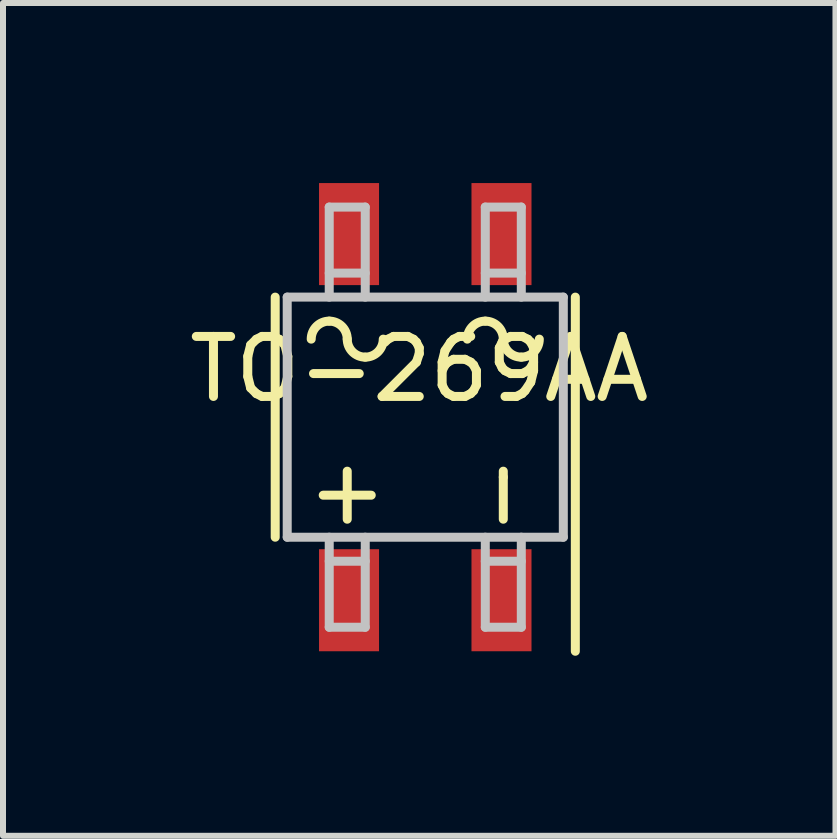
<source format=kicad_pcb>
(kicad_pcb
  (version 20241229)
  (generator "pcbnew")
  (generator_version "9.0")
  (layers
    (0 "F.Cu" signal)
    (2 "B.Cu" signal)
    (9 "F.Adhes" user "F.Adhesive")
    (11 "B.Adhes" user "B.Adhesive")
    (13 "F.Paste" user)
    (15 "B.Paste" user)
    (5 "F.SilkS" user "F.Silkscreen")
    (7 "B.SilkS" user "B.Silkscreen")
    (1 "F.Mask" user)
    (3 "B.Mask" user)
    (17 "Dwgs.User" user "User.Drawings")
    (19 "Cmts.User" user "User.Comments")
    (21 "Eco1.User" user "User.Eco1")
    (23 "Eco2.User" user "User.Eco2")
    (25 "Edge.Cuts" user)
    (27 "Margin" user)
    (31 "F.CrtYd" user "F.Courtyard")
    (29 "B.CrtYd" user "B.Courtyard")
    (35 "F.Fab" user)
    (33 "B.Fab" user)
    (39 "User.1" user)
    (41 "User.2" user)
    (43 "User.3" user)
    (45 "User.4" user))
  (footprint "TO-269AA"
    (layer "F.Cu")
    (at 4.035 3.9)
    (property "Reference" "TO-269AA" (at -0.1 -0.8 0) (layer "F.SilkS") (effects (font (size 1 1) (thickness 0.15))))
    (attr through_hole)
    (fp_line (start -2.5 2) (end -2.5 -2) (stroke (width 0.15) (type solid)) (layer "F.SilkS"))
    (fp_line (start -1.3 1.7) (end -1.3 0.9) (stroke (width 0.15) (type solid)) (layer "F.SilkS"))
    (fp_line (start -0.9 1.3) (end -1.7 1.3) (stroke (width 0.15) (type solid)) (layer "F.SilkS"))
    (fp_line (start 1.3 1) (end 1.3 0.9) (stroke (width 0.15) (type solid)) (layer "F.SilkS"))
    (fp_line (start 1.3 1.7) (end 1.3 1) (stroke (width 0.15) (type solid)) (layer "F.SilkS"))
    (fp_line (start 2.5 -2) (end 2.5 3.9) (stroke (width 0.15) (type solid)) (layer "F.SilkS"))
    (fp_arc (start -1.9 -1.3) (mid -1.812132 -1.512132) (end -1.6 -1.6) (stroke (width 0.15) (type solid)) (layer "F.SilkS"))
    (fp_arc (start -1.6 -1.6) (mid -1.387868 -1.512132) (end -1.3 -1.3) (stroke (width 0.15) (type solid)) (layer "F.SilkS"))
    (fp_arc (start -1 -1) (mid -1.212132 -1.087868) (end -1.3 -1.3) (stroke (width 0.15) (type solid)) (layer "F.SilkS"))
    (fp_arc (start -0.7 -1.3) (mid -0.787868 -1.087868) (end -1 -1) (stroke (width 0.15) (type solid)) (layer "F.SilkS"))
    (fp_arc (start 0.7 -1.3) (mid 0.787868 -1.512132) (end 1 -1.6) (stroke (width 0.15) (type solid)) (layer "F.SilkS"))
    (fp_arc (start 1 -1.6) (mid 1.212132 -1.512132) (end 1.3 -1.3) (stroke (width 0.15) (type solid)) (layer "F.SilkS"))
    (fp_arc (start 1.6 -1) (mid 1.387868 -1.087868) (end 1.3 -1.3) (stroke (width 0.15) (type solid)) (layer "F.SilkS"))
    (fp_arc (start 1.9 -1.3) (mid 1.812132 -1.087868) (end 1.6 -1) (stroke (width 0.15) (type solid)) (layer "F.SilkS"))
    (fp_line (start -2.3 -2) (end 2.3 -2) (stroke (width 0.15) (type solid)) (layer "Dwgs.User"))
    (fp_line (start -2.3 2) (end -2.3 -2) (stroke (width 0.15) (type solid)) (layer "Dwgs.User"))
    (fp_line (start -1.6 -3.5) (end -1 -3.5) (stroke (width 0.15) (type solid)) (layer "Dwgs.User"))
    (fp_line (start -1.6 -2) (end -1.6 -3.5) (stroke (width 0.15) (type solid)) (layer "Dwgs.User"))
    (fp_line (start -1.6 3.5) (end -1.6 2) (stroke (width 0.15) (type solid)) (layer "Dwgs.User"))
    (fp_line (start -1 -3.5) (end -1 -2) (stroke (width 0.15) (type solid)) (layer "Dwgs.User"))
    (fp_line (start -1 -2.4) (end -1.6 -2.4) (stroke (width 0.15) (type solid)) (layer "Dwgs.User"))
    (fp_line (start -1 2) (end -1 3.5) (stroke (width 0.15) (type solid)) (layer "Dwgs.User"))
    (fp_line (start -1 2.4) (end -1.6 2.4) (stroke (width 0.15) (type solid)) (layer "Dwgs.User"))
    (fp_line (start -1 3.5) (end -1.6 3.5) (stroke (width 0.15) (type solid)) (layer "Dwgs.User"))
    (fp_line (start 1 -3.5) (end 1.6 -3.5) (stroke (width 0.15) (type solid)) (layer "Dwgs.User"))
    (fp_line (start 1 -2.4) (end 1.6 -2.4) (stroke (width 0.15) (type solid)) (layer "Dwgs.User"))
    (fp_line (start 1 -2) (end 1 -3.5) (stroke (width 0.15) (type solid)) (layer "Dwgs.User"))
    (fp_line (start 1 2) (end 1 3.5) (stroke (width 0.15) (type solid)) (layer "Dwgs.User"))
    (fp_line (start 1 3.5) (end 1.6 3.5) (stroke (width 0.15) (type solid)) (layer "Dwgs.User"))
    (fp_line (start 1.6 -3.5) (end 1.6 -2) (stroke (width 0.15) (type solid)) (layer "Dwgs.User"))
    (fp_line (start 1.6 2.4) (end 1 2.4) (stroke (width 0.15) (type solid)) (layer "Dwgs.User"))
    (fp_line (start 1.6 3.5) (end 1.6 2) (stroke (width 0.15) (type solid)) (layer "Dwgs.User"))
    (fp_line (start 2.3 -2) (end 2.3 2) (stroke (width 0.15) (type solid)) (layer "Dwgs.User"))
    (fp_line (start 2.3 2) (end -2.3 2) (stroke (width 0.15) (type solid)) (layer "Dwgs.User"))
    (pad "1" smd rect (at 1.27 3.05) (size 1 1.7) (layers "F.Cu" "F.Mask" "F.Paste"))
    (pad "2" smd rect (at 1.27 -3.05) (size 1 1.7) (layers "F.Cu" "F.Mask" "F.Paste"))
    (pad "3" smd rect (at -1.27 3.05) (size 1 1.7) (layers "F.Cu" "F.Mask" "F.Paste"))
    (pad "4" smd rect (at -1.27 -3.05) (size 1 1.7) (layers "F.Cu" "F.Mask" "F.Paste")))
  (gr_rect
    (start -3 -3)
    (end 10.869 10.875)
    (stroke (width 0.1) (type default))
    (fill no)
    (layer "Edge.Cuts")))
</source>
